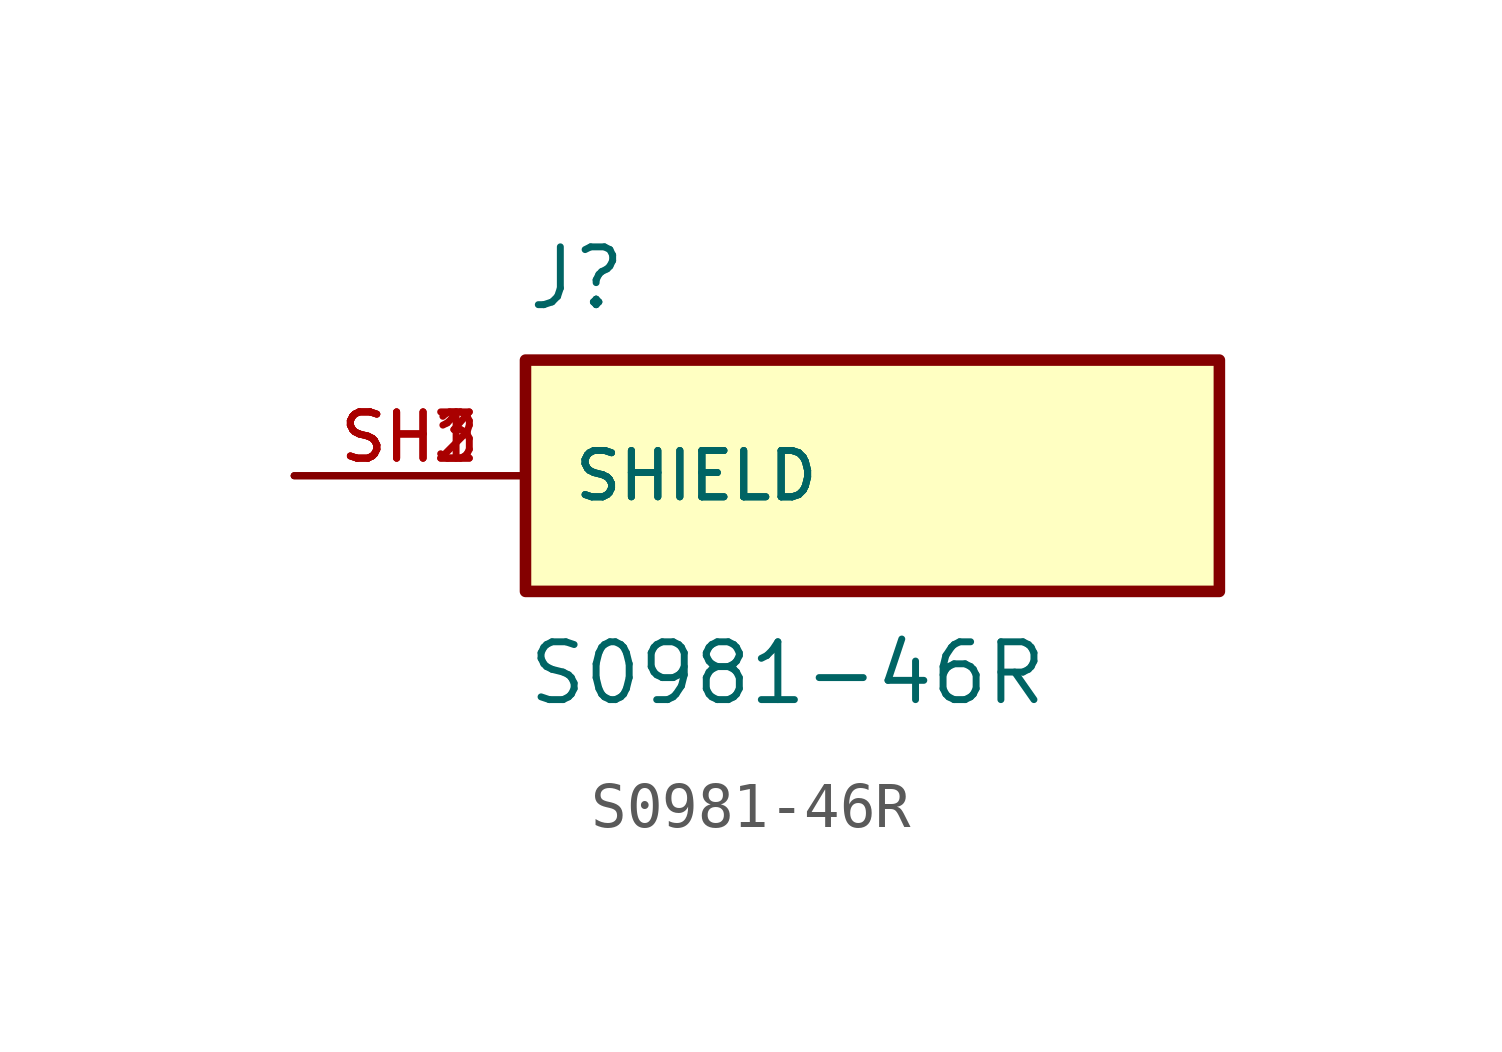
<source format=kicad_sym>
(kicad_symbol_lib
  (version 20211014)
  (generator kicad_symbol_editor)
  (symbol "S0981-46R"
    (pin_names
      (offset 1.016))
    (property "Reference" "J"
      (at -7.62 5.08 0)
      (effects (font (size 1.27 1.27)) (justify top left)))
    (property "Value" "S0981-46R"
      (at -7.62 -5.08 0)
      (effects (font (size 1.27 1.27)) (justify bottom left)))
    (symbol "S0981-46R_0_0"
      (rectangle (start -7.62 -2.54) (end 7.62 2.54) (stroke (width 0.254)) (fill (type background)))
      (pin passive line (at -12.7 0.0 0) (length 5.08) (name "SHIELD" (effects (font (size 1.016 1.016)))) (number "SH1" (effects (font (size 1.016 1.016)))))
      (pin passive line (at -12.7 0.0 0) (length 5.08) (name "SHIELD" (effects (font (size 1.016 1.016)))) (number "SH2" (effects (font (size 1.016 1.016)))))
      (pin passive line (at -12.7 0.0 0) (length 5.08) (name "SHIELD" (effects (font (size 1.016 1.016)))) (number "SH3" (effects (font (size 1.016 1.016))))))))
</source>
